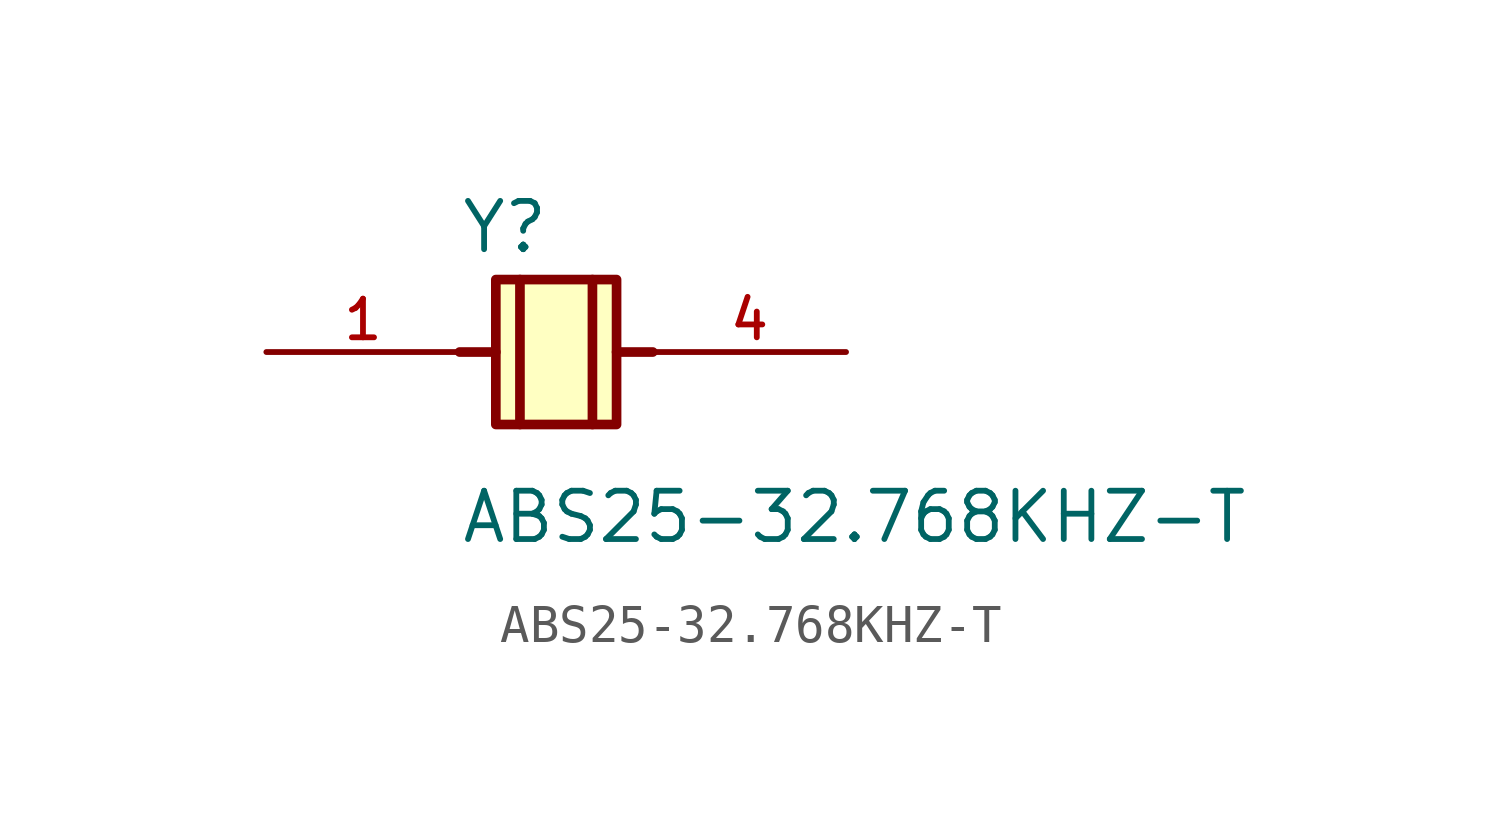
<source format=kicad_sym>
(kicad_symbol_lib
  (version 20211014)
  (generator kicad_symbol_editor)
  (symbol "ABS25-32.768KHZ-T"
    (pin_names
      (offset 1.016))
    (property "Reference" "Y"
      (at -2.54 2.54 0)
      (effects (font (size 1.27 1.27)) (justify bottom left)))
    (property "Value" "ABS25-32.768KHZ-T"
      (at -2.54 -5.08 0)
      (effects (font (size 1.27 1.27)) (justify bottom left)))
    (symbol "ABS25-32.768KHZ-T_0_0"
      (polyline (pts (xy 0.953 1.905) (xy 0.953 -1.905)) (stroke (width 0.254)))
      (polyline (pts (xy -0.953 -1.905) (xy -0.953 1.905)) (stroke (width 0.254)))
      (polyline (pts (xy -1.587 0.0) (xy -2.54 0.0)) (stroke (width 0.254)))
      (polyline (pts (xy 1.587 0.0) (xy 2.54 0.0)) (stroke (width 0.254)))
      (rectangle (start -1.587 -1.905) (end 1.587 1.905) (stroke (width 0.254)) (fill (type background)))
      (pin passive line (at -7.62 0.0 0) (length 5.08) (name "~" (effects (font (size 1.016 1.016)))) (number "1" (effects (font (size 1.016 1.016)))))
      (pin passive line (at 7.62 0.0 180.0) (length 5.08) (name "~" (effects (font (size 1.016 1.016)))) (number "4" (effects (font (size 1.016 1.016))))))))
</source>
